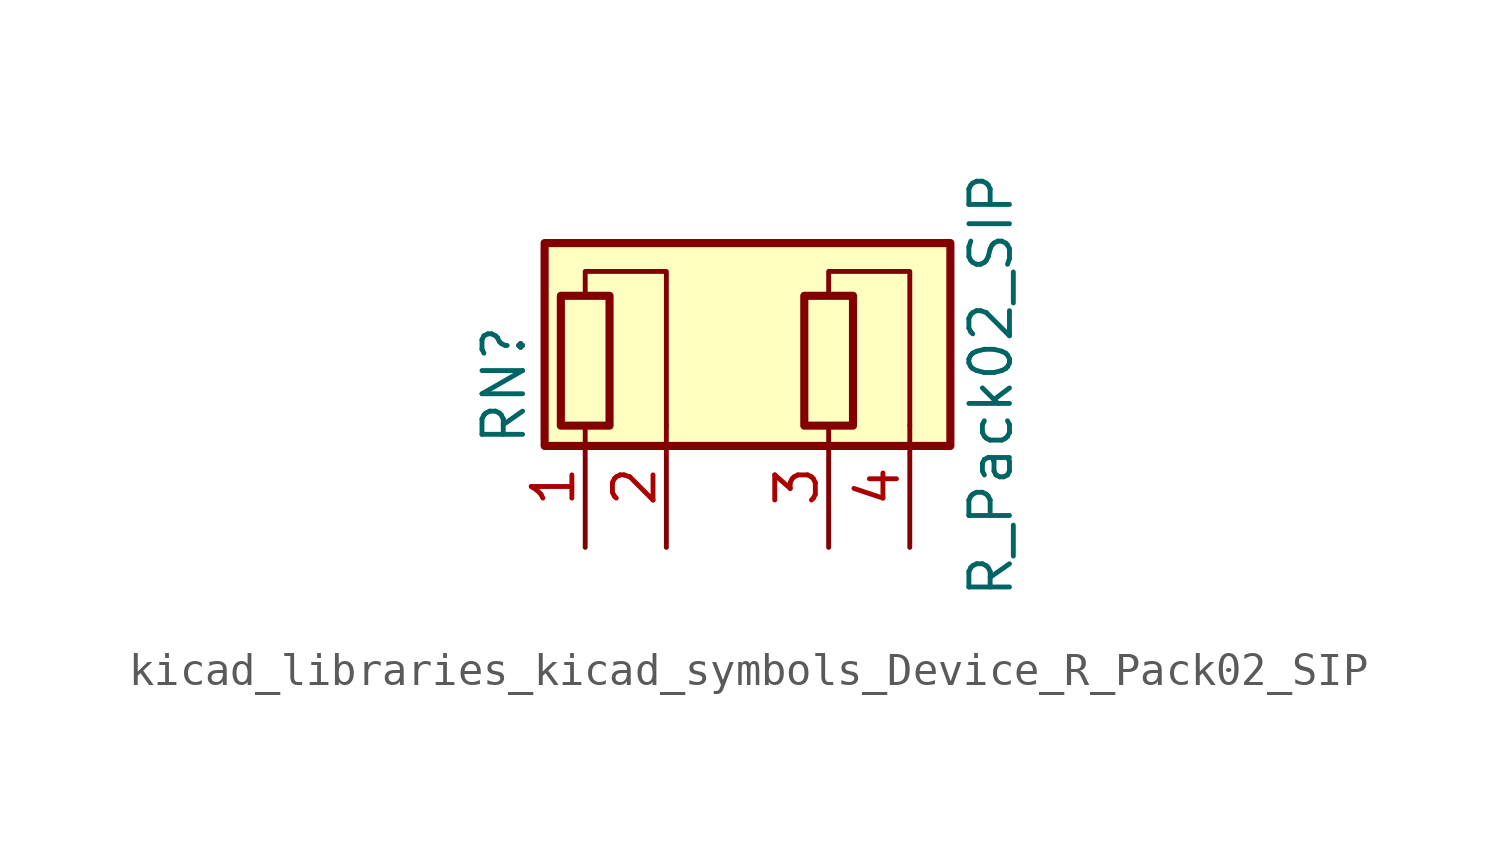
<source format=kicad_sym>
(kicad_symbol_lib
  (version 20220914)
  (generator kicad_symbol_editor)
  (symbol "kicad_libraries_kicad_symbols_Device_R_Pack02_SIP"
    (pin_names
      (offset 0) hide)
    (property "Reference" "RN"
      (at -7.62 0 90)
      (effects (font (size 1.27 1.27))))
    (property "Value" "R_Pack02_SIP"
      (at 7.62 0 90)
      (effects (font (size 1.27 1.27))))
    (symbol "kicad_libraries_kicad_symbols_Device_R_Pack02_SIP_0_1"
      (rectangle (start -6.35 -1.905) (end 6.35 4.445) (stroke (width 0.254) (type default)) (fill (type background)))
      (rectangle (start -5.842 2.794) (end -4.318 -1.27) (stroke (width 0.254) (type default)) (fill (type none)))
      (polyline (pts (xy -5.08 2.794) (xy -5.08 3.556) (xy -2.54 3.556) (xy -2.54 -1.27)) (stroke (width 0) (type default)) (fill (type none)))
      (polyline (pts (xy 2.54 2.794) (xy 2.54 3.556) (xy 5.08 3.556) (xy 5.08 -1.27)) (stroke (width 0) (type default)) (fill (type none)))
      (rectangle (start 1.778 2.794) (end 3.302 -1.27) (stroke (width 0.254) (type default)) (fill (type none))))
    (symbol "kicad_libraries_kicad_symbols_Device_R_Pack02_SIP_1_1"
      (pin passive line (at -5.08 -5.08 90) (length 3.81) (name "R1.1" (effects (font (size 1.27 1.27)))) (number "1" (effects (font (size 1.27 1.27)))))
      (pin passive line (at -2.54 -5.08 90) (length 3.81) (name "R1.2" (effects (font (size 1.27 1.27)))) (number "2" (effects (font (size 1.27 1.27)))))
      (pin passive line (at 2.54 -5.08 90) (length 3.81) (name "R2.1" (effects (font (size 1.27 1.27)))) (number "3" (effects (font (size 1.27 1.27)))))
      (pin passive line (at 5.08 -5.08 90) (length 3.81) (name "R2.2" (effects (font (size 1.27 1.27)))) (number "4" (effects (font (size 1.27 1.27))))))))
</source>
